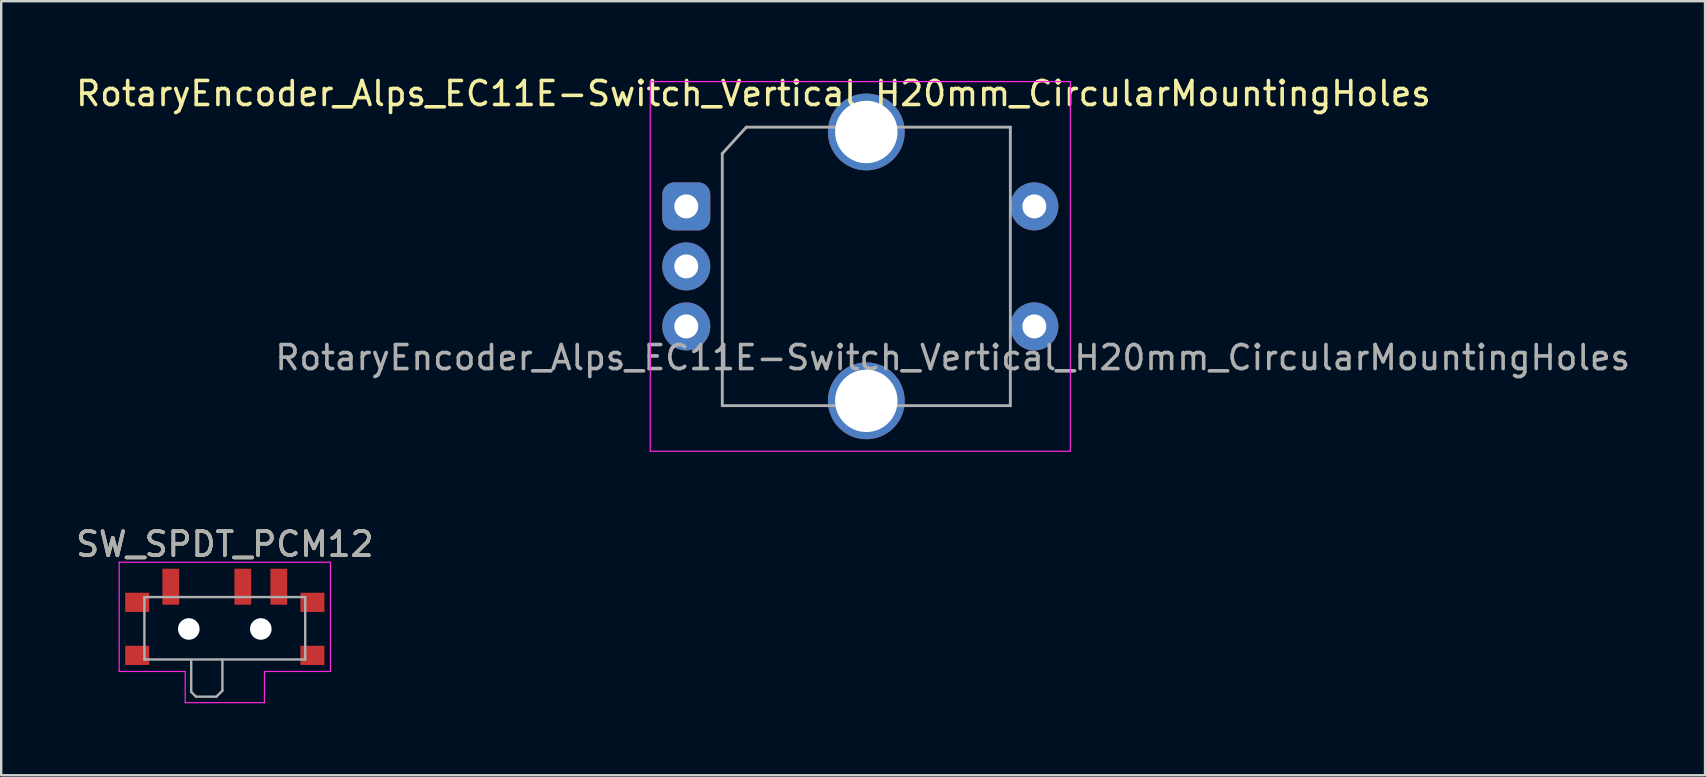
<source format=kicad_pcb>
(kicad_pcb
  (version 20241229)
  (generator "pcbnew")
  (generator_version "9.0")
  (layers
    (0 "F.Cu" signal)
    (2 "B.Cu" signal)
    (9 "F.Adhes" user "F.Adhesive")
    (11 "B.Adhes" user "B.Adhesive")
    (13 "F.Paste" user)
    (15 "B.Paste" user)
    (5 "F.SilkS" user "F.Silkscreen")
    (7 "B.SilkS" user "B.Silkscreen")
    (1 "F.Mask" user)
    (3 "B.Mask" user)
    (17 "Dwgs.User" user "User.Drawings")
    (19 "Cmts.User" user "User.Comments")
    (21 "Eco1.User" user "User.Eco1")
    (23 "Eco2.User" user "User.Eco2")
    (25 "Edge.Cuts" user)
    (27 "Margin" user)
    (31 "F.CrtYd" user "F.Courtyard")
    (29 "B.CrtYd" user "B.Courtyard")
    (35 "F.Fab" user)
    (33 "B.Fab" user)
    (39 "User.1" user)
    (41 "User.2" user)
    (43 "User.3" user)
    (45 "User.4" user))
  (footprint "RotaryEncoder_Alps_EC11E-Switch_Vertical_H20mm_CircularMountingHoles"
    (layer "F.Cu")
    (at 25.539 5.548)
    (property "Reference" "RotaryEncoder_Alps_EC11E-Switch_Vertical_H20mm_CircularMountingHoles" (at 2.8 -4.7 0) (layer "F.SilkS") (effects (font (size 1 1) (thickness 0.15))))
    (attr through_hole)
    (fp_line (start -1.5 -5.2) (end -1.5 10.2) (stroke (width 0.05) (type solid)) (layer "F.CrtYd"))
    (fp_line (start -1.5 -5.2) (end 16 -5.2) (stroke (width 0.05) (type solid)) (layer "F.CrtYd"))
    (fp_line (start 16 10.2) (end -1.5 10.2) (stroke (width 0.05) (type solid)) (layer "F.CrtYd"))
    (fp_line (start 16 10.2) (end 16 -5.2) (stroke (width 0.05) (type solid)) (layer "F.CrtYd"))
    (fp_line (start 1.5 -2.2) (end 2.5 -3.3) (stroke (width 0.12) (type solid)) (layer "F.Fab"))
    (fp_line (start 1.5 8.3) (end 1.5 -2.2) (stroke (width 0.12) (type solid)) (layer "F.Fab"))
    (fp_line (start 2.5 -3.3) (end 13.5 -3.3) (stroke (width 0.12) (type solid)) (layer "F.Fab"))
    (fp_line (start 13.5 -3.3) (end 13.5 8.3) (stroke (width 0.12) (type solid)) (layer "F.Fab"))
    (fp_line (start 13.5 8.3) (end 1.5 8.3) (stroke (width 0.12) (type solid)) (layer "F.Fab"))
    (fp_text user "${REFERENCE}" (at 11.1 6.3 0) (layer "F.Fab") (effects (font (size 1 1) (thickness 0.15))))
    (pad "A" thru_hole roundrect (at 0 0) (size 2 2) (drill 1) (layers "*.Cu" "*.Mask") (roundrect_rratio 0.25))
    (pad "B" thru_hole circle (at 0 5) (size 2 2) (drill 1) (layers "*.Cu" "*.Mask"))
    (pad "C" thru_hole circle (at 0 2.5) (size 2 2) (drill 1) (layers "*.Cu" "*.Mask"))
    (pad "MP" thru_hole circle (at 7.5 -3.1) (size 3.2 3.2) (drill 2.6) (layers "*.Cu" "*.Mask"))
    (pad "MP" thru_hole circle (at 7.5 8.1) (size 3.2 3.2) (drill 2.6) (layers "*.Cu" "*.Mask"))
    (pad "S1" thru_hole circle (at 14.5 5) (size 2 2) (drill 1) (layers "*.Cu" "*.Mask"))
    (pad "S2" thru_hole circle (at 14.5 0) (size 2 2) (drill 1) (layers "*.Cu" "*.Mask")))
  (footprint "SW_SPDT_PCM12"
    (layer "F.Cu")
    (at 6.315 22.822)
    (property "Reference" "SW_SPDT_PCM12" (at 0 -3.2 0) (layer "F.SilkS") (effects (font (size 1 1) (thickness 0.15))))
    (attr smd)
    (fp_line (start -4.4 -2.45) (end 4.4 -2.45) (stroke (width 0.05) (type solid)) (layer "F.CrtYd"))
    (fp_line (start -4.4 2.1) (end -4.4 -2.45) (stroke (width 0.05) (type solid)) (layer "F.CrtYd"))
    (fp_line (start -1.65 2.1) (end -4.4 2.1) (stroke (width 0.05) (type solid)) (layer "F.CrtYd"))
    (fp_line (start -1.65 3.4) (end -1.65 2.1) (stroke (width 0.05) (type solid)) (layer "F.CrtYd"))
    (fp_line (start 1.65 2.1) (end 1.65 3.4) (stroke (width 0.05) (type solid)) (layer "F.CrtYd"))
    (fp_line (start 1.65 3.4) (end -1.65 3.4) (stroke (width 0.05) (type solid)) (layer "F.CrtYd"))
    (fp_line (start 4.4 -2.45) (end 4.4 2.1) (stroke (width 0.05) (type solid)) (layer "F.CrtYd"))
    (fp_line (start 4.4 2.1) (end 1.65 2.1) (stroke (width 0.05) (type solid)) (layer "F.CrtYd"))
    (fp_line (start -3.35 -1) (end -3.35 1.6) (stroke (width 0.1) (type solid)) (layer "F.Fab"))
    (fp_line (start -3.35 1.6) (end 3.35 1.6) (stroke (width 0.1) (type solid)) (layer "F.Fab"))
    (fp_line (start -1.4 1.65) (end -1.4 2.95) (stroke (width 0.1) (type solid)) (layer "F.Fab"))
    (fp_line (start -1.4 2.95) (end -1.2 3.15) (stroke (width 0.1) (type solid)) (layer "F.Fab"))
    (fp_line (start -1.2 3.15) (end -0.35 3.15) (stroke (width 0.1) (type solid)) (layer "F.Fab"))
    (fp_line (start -0.35 3.15) (end -0.15 2.95) (stroke (width 0.1) (type solid)) (layer "F.Fab"))
    (fp_line (start -0.15 2.95) (end -0.1 2.9) (stroke (width 0.1) (type solid)) (layer "F.Fab"))
    (fp_line (start -0.1 2.9) (end -0.1 1.6) (stroke (width 0.1) (type solid)) (layer "F.Fab"))
    (fp_line (start 3.35 -1) (end -3.35 -1) (stroke (width 0.1) (type solid)) (layer "F.Fab"))
    (fp_line (start 3.35 1.6) (end 3.35 -1) (stroke (width 0.1) (type solid)) (layer "F.Fab"))
    (fp_text user "${REFERENCE}" (at 0 -3.2 0) (layer "F.Fab") (effects (font (size 1 1) (thickness 0.15))))
    (pad "" smd rect (at -3.65 -0.78) (size 1 0.8) (layers "F.Cu" "F.Mask" "F.Paste"))
    (pad "" smd rect (at -3.65 1.43) (size 1 0.8) (layers "F.Cu" "F.Mask" "F.Paste"))
    (pad "" np_thru_hole circle (at -1.5 0.33) (size 0.9 0.9) (drill 0.9) (layers "*.Cu" "*.Mask"))
    (pad "" np_thru_hole circle (at 1.5 0.33) (size 0.9 0.9) (drill 0.9) (layers "*.Cu" "*.Mask"))
    (pad "" smd rect (at 3.65 -0.78) (size 1 0.8) (layers "F.Cu" "F.Mask" "F.Paste"))
    (pad "" smd rect (at 3.65 1.43) (size 1 0.8) (layers "F.Cu" "F.Mask" "F.Paste"))
    (pad "1" smd rect (at -2.25 -1.43) (size 0.7 1.5) (layers "F.Cu" "F.Mask" "F.Paste"))
    (pad "2" smd rect (at 0.75 -1.43) (size 0.7 1.5) (layers "F.Cu" "F.Mask" "F.Paste"))
    (pad "3" smd rect (at 2.25 -1.43) (size 0.7 1.5) (layers "F.Cu" "F.Mask" "F.Paste")))
  (gr_rect
    (start -3 -3)
    (end 67.979 29.247)
    (stroke (width 0.1) (type default))
    (fill no)
    (layer "Edge.Cuts")))
</source>
